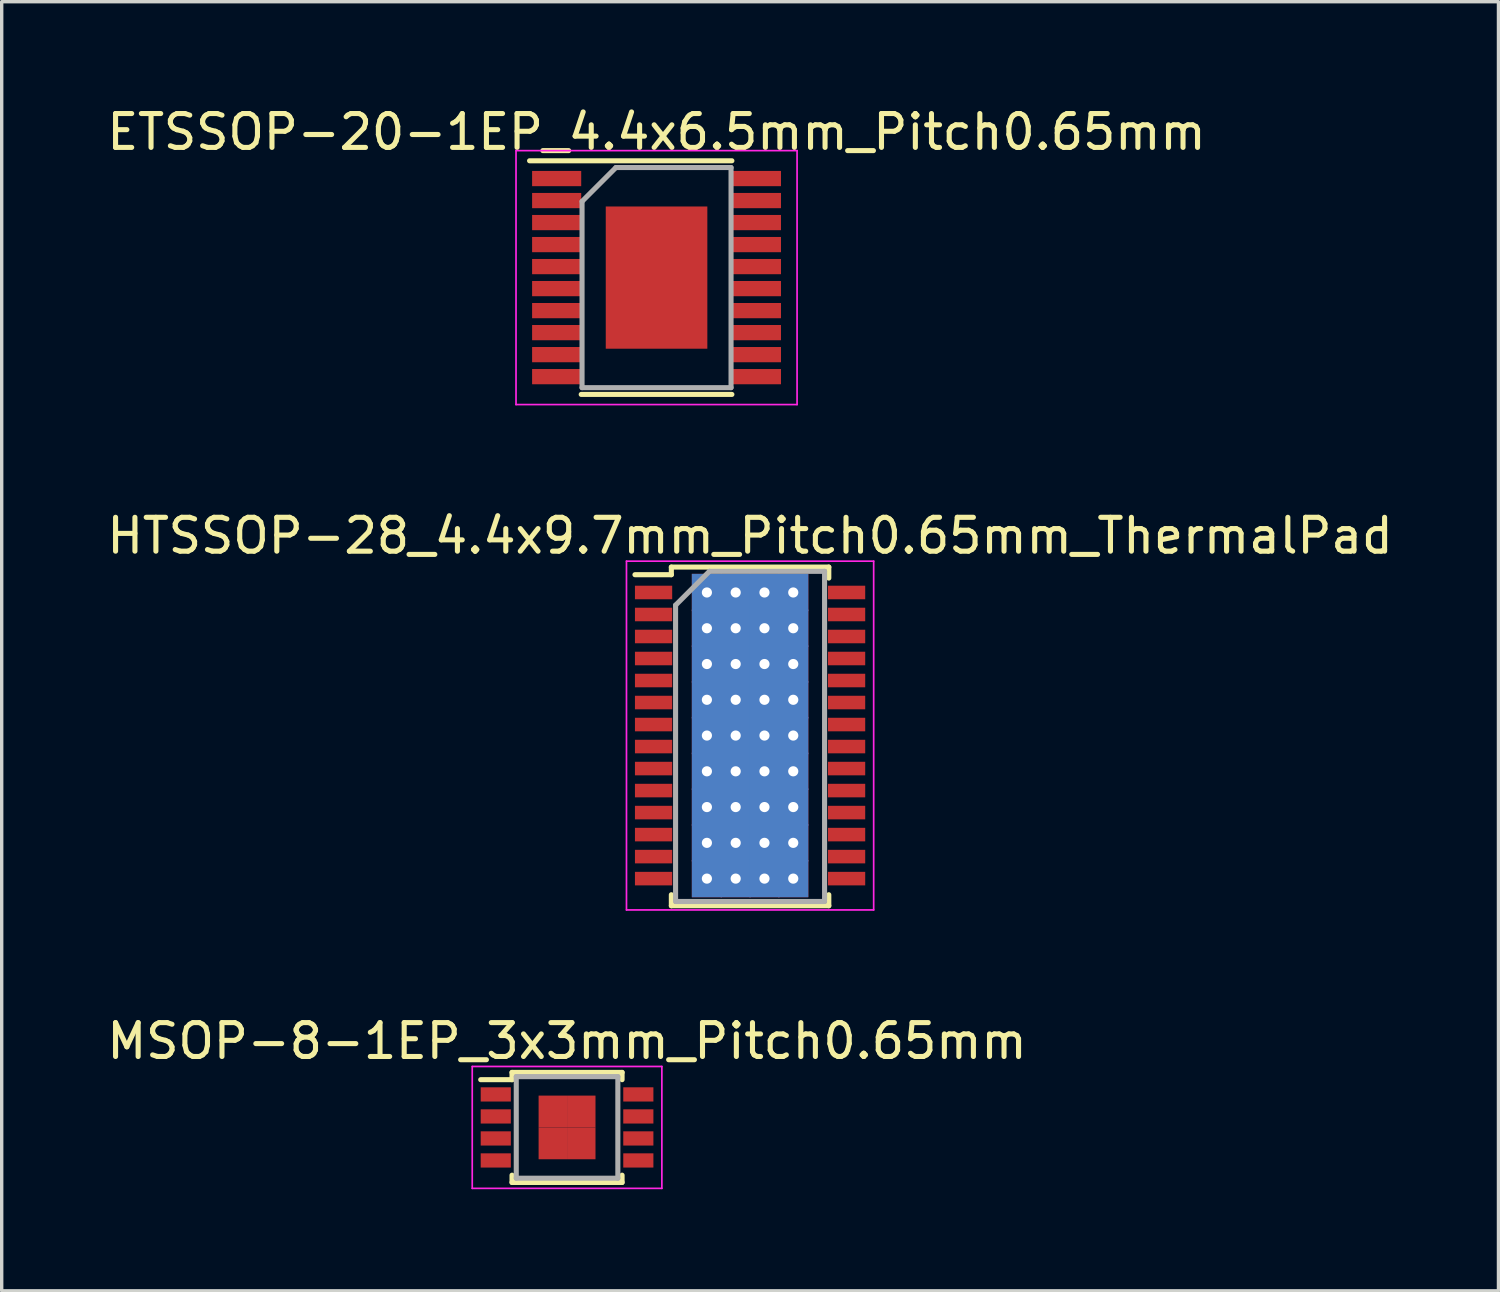
<source format=kicad_pcb>
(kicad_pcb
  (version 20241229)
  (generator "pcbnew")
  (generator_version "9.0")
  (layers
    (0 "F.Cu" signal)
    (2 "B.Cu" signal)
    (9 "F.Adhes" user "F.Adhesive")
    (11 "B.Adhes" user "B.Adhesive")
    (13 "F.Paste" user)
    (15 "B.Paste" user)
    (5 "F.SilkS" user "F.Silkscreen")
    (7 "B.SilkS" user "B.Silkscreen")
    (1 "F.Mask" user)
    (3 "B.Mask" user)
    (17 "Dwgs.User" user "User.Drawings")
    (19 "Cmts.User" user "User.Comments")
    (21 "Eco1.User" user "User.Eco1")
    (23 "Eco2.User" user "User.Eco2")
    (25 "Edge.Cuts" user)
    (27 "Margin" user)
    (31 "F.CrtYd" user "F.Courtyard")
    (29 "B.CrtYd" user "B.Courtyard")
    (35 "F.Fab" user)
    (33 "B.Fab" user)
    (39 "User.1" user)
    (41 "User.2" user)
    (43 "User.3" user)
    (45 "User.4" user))
  (footprint "MSOP-8-1EP_3x3mm_Pitch0.65mm"
    (layer "F.Cu")
    (at 13.696 30.245)
    (property "Reference" "MSOP-8-1EP_3x3mm_Pitch0.65mm" (at 0 -2.55 0) (layer "F.SilkS") (effects (font (size 1 1) (thickness 0.15))))
    (attr smd)
    (fp_line (start -1.625 -1.625) (end -1.625 -1.41) (stroke (width 0.15) (type solid)) (layer "F.SilkS"))
    (fp_line (start -1.625 -1.625) (end 1.625 -1.625) (stroke (width 0.15) (type solid)) (layer "F.SilkS"))
    (fp_line (start -1.625 -1.41) (end -2.55 -1.41) (stroke (width 0.15) (type solid)) (layer "F.SilkS"))
    (fp_line (start -1.625 1.625) (end -1.625 1.41) (stroke (width 0.15) (type solid)) (layer "F.SilkS"))
    (fp_line (start -1.625 1.625) (end 1.625 1.625) (stroke (width 0.15) (type solid)) (layer "F.SilkS"))
    (fp_line (start 1.625 -1.625) (end 1.625 -1.41) (stroke (width 0.15) (type solid)) (layer "F.SilkS"))
    (fp_line (start 1.625 1.625) (end 1.625 1.41) (stroke (width 0.15) (type solid)) (layer "F.SilkS"))
    (fp_line (start -2.8 -1.8) (end -2.8 1.8) (stroke (width 0.05) (type solid)) (layer "F.CrtYd"))
    (fp_line (start -2.8 -1.8) (end 2.8 -1.8) (stroke (width 0.05) (type solid)) (layer "F.CrtYd"))
    (fp_line (start -2.8 1.8) (end 2.8 1.8) (stroke (width 0.05) (type solid)) (layer "F.CrtYd"))
    (fp_line (start 2.8 -1.8) (end 2.8 1.8) (stroke (width 0.05) (type solid)) (layer "F.CrtYd"))
    (fp_line (start -1.5 -1.5) (end 1.5 -1.5) (stroke (width 0.15) (type solid)) (layer "F.Fab"))
    (fp_line (start -1.5 1.5) (end -1.5 -1.5) (stroke (width 0.15) (type solid)) (layer "F.Fab"))
    (fp_line (start 1.5 -1.5) (end 1.5 1.5) (stroke (width 0.15) (type solid)) (layer "F.Fab"))
    (fp_line (start 1.5 1.5) (end -1.5 1.5) (stroke (width 0.15) (type solid)) (layer "F.Fab"))
    (pad "1" smd rect (at -2.105 -0.975) (size 0.89 0.42) (layers "F.Cu" "F.Mask" "F.Paste"))
    (pad "2" smd rect (at -2.105 -0.325) (size 0.89 0.42) (layers "F.Cu" "F.Mask" "F.Paste"))
    (pad "3" smd rect (at -2.105 0.325) (size 0.89 0.42) (layers "F.Cu" "F.Mask" "F.Paste"))
    (pad "4" smd rect (at -2.105 0.975) (size 0.89 0.42) (layers "F.Cu" "F.Mask" "F.Paste"))
    (pad "5" smd rect (at 2.105 0.975) (size 0.89 0.42) (layers "F.Cu" "F.Mask" "F.Paste"))
    (pad "6" smd rect (at 2.105 0.325) (size 0.89 0.42) (layers "F.Cu" "F.Mask" "F.Paste"))
    (pad "7" smd rect (at 2.105 -0.325) (size 0.89 0.42) (layers "F.Cu" "F.Mask" "F.Paste"))
    (pad "8" smd rect (at 2.105 -0.975) (size 0.89 0.42) (layers "F.Cu" "F.Mask" "F.Paste"))
    (pad "9" smd rect (at -0.42 -0.47) (size 0.84 0.94) (layers "F.Cu" "F.Mask" "F.Paste"))
    (pad "9" smd rect (at -0.42 0.47) (size 0.84 0.94) (layers "F.Cu" "F.Mask" "F.Paste"))
    (pad "9" smd rect (at 0.42 -0.47) (size 0.84 0.94) (layers "F.Cu" "F.Mask" "F.Paste"))
    (pad "9" smd rect (at 0.42 0.47) (size 0.84 0.94) (layers "F.Cu" "F.Mask" "F.Paste")))
  (footprint "HTSSOP-28_4.4x9.7mm_Pitch0.65mm_ThermalPad"
    (layer "F.Cu")
    (at 19.101 18.672)
    (property "Reference" "HTSSOP-28_4.4x9.7mm_Pitch0.65mm_ThermalPad" (at 0 -5.9 0) (layer "F.SilkS") (effects (font (size 1 1) (thickness 0.15))))
    (attr smd)
    (fp_line (start -2.325 -4.975) (end -2.325 -4.75) (stroke (width 0.15) (type solid)) (layer "F.SilkS"))
    (fp_line (start -2.325 -4.975) (end 2.325 -4.975) (stroke (width 0.15) (type solid)) (layer "F.SilkS"))
    (fp_line (start -2.325 -4.75) (end -3.4 -4.75) (stroke (width 0.15) (type solid)) (layer "F.SilkS"))
    (fp_line (start -2.325 5.026) (end -2.325 4.701) (stroke (width 0.15) (type solid)) (layer "F.SilkS"))
    (fp_line (start -2.325 5.026) (end 2.325 5.026) (stroke (width 0.15) (type solid)) (layer "F.SilkS"))
    (fp_line (start 2.325 -4.975) (end 2.325 -4.65) (stroke (width 0.15) (type solid)) (layer "F.SilkS"))
    (fp_line (start 2.325 5.026) (end 2.325 4.701) (stroke (width 0.15) (type solid)) (layer "F.SilkS"))
    (fp_line (start -3.65 -5.15) (end -3.65 5.15) (stroke (width 0.05) (type solid)) (layer "F.CrtYd"))
    (fp_line (start -3.65 -5.15) (end 3.65 -5.15) (stroke (width 0.05) (type solid)) (layer "F.CrtYd"))
    (fp_line (start -3.65 5.15) (end 3.65 5.15) (stroke (width 0.05) (type solid)) (layer "F.CrtYd"))
    (fp_line (start 3.65 -5.15) (end 3.65 5.15) (stroke (width 0.05) (type solid)) (layer "F.CrtYd"))
    (fp_line (start -2.2 -3.85) (end -1.2 -4.85) (stroke (width 0.15) (type solid)) (layer "F.Fab"))
    (fp_line (start -2.2 4.85) (end -2.2 -3.85) (stroke (width 0.15) (type solid)) (layer "F.Fab"))
    (fp_line (start -1.2 -4.85) (end 2.2 -4.85) (stroke (width 0.15) (type solid)) (layer "F.Fab"))
    (fp_line (start 2.2 -4.85) (end 2.2 4.85) (stroke (width 0.15) (type solid)) (layer "F.Fab"))
    (fp_line (start 2.2 4.901) (end -2.2 4.901) (stroke (width 0.15) (type solid)) (layer "F.Fab"))
    (pad "1" smd rect (at -2.85 -4.225) (size 1.1 0.4) (layers "F.Cu" "F.Mask" "F.Paste"))
    (pad "2" smd rect (at -2.85 -3.575) (size 1.1 0.4) (layers "F.Cu" "F.Mask" "F.Paste"))
    (pad "3" smd rect (at -2.85 -2.925) (size 1.1 0.4) (layers "F.Cu" "F.Mask" "F.Paste"))
    (pad "4" smd rect (at -2.85 -2.275) (size 1.1 0.4) (layers "F.Cu" "F.Mask" "F.Paste"))
    (pad "5" smd rect (at -2.85 -1.625) (size 1.1 0.4) (layers "F.Cu" "F.Mask" "F.Paste"))
    (pad "6" smd rect (at -2.85 -0.975) (size 1.1 0.4) (layers "F.Cu" "F.Mask" "F.Paste"))
    (pad "7" smd rect (at -2.85 -0.325) (size 1.1 0.4) (layers "F.Cu" "F.Mask" "F.Paste"))
    (pad "8" smd rect (at -2.85 0.325) (size 1.1 0.4) (layers "F.Cu" "F.Mask" "F.Paste"))
    (pad "9" smd rect (at -2.85 0.975) (size 1.1 0.4) (layers "F.Cu" "F.Mask" "F.Paste"))
    (pad "10" smd rect (at -2.85 1.625) (size 1.1 0.4) (layers "F.Cu" "F.Mask" "F.Paste"))
    (pad "11" smd rect (at -2.85 2.275) (size 1.1 0.4) (layers "F.Cu" "F.Mask" "F.Paste"))
    (pad "12" smd rect (at -2.85 2.925) (size 1.1 0.4) (layers "F.Cu" "F.Mask" "F.Paste"))
    (pad "13" smd rect (at -2.85 3.575) (size 1.1 0.4) (layers "F.Cu" "F.Mask" "F.Paste"))
    (pad "14" smd rect (at -2.85 4.225) (size 1.1 0.4) (layers "F.Cu" "F.Mask" "F.Paste"))
    (pad "15" smd rect (at 2.85 4.225) (size 1.1 0.4) (layers "F.Cu" "F.Mask" "F.Paste"))
    (pad "16" smd rect (at 2.85 3.575) (size 1.1 0.4) (layers "F.Cu" "F.Mask" "F.Paste"))
    (pad "17" smd rect (at 2.85 2.925) (size 1.1 0.4) (layers "F.Cu" "F.Mask" "F.Paste"))
    (pad "18" smd rect (at 2.85 2.275) (size 1.1 0.4) (layers "F.Cu" "F.Mask" "F.Paste"))
    (pad "19" smd rect (at 2.85 1.625) (size 1.1 0.4) (layers "F.Cu" "F.Mask" "F.Paste"))
    (pad "20" smd rect (at 2.85 0.975) (size 1.1 0.4) (layers "F.Cu" "F.Mask" "F.Paste"))
    (pad "21" smd rect (at 2.85 0.325) (size 1.1 0.4) (layers "F.Cu" "F.Mask" "F.Paste"))
    (pad "22" smd rect (at 2.85 -0.325) (size 1.1 0.4) (layers "F.Cu" "F.Mask" "F.Paste"))
    (pad "23" smd rect (at 2.85 -0.975) (size 1.1 0.4) (layers "F.Cu" "F.Mask" "F.Paste"))
    (pad "24" smd rect (at 2.85 -1.625) (size 1.1 0.4) (layers "F.Cu" "F.Mask" "F.Paste"))
    (pad "25" smd rect (at 2.85 -2.275) (size 1.1 0.4) (layers "F.Cu" "F.Mask" "F.Paste"))
    (pad "26" smd rect (at 2.85 -2.925) (size 1.1 0.4) (layers "F.Cu" "F.Mask" "F.Paste"))
    (pad "27" smd rect (at 2.85 -3.575) (size 1.1 0.4) (layers "F.Cu" "F.Mask" "F.Paste"))
    (pad "28" smd rect (at 2.85 -4.225) (size 1.1 0.4) (layers "F.Cu" "F.Mask" "F.Paste"))
    (pad "29" thru_hole rect (at -1.275 -4.225) (size 0.89 1.1) (drill 0.3) (layers "*.Cu" "*.Mask"))
    (pad "29" thru_hole rect (at -1.275 -3.169) (size 0.89 1.1) (drill 0.3) (layers "*.Cu" "*.Mask"))
    (pad "29" thru_hole rect (at -1.275 -2.112) (size 0.89 1.1) (drill 0.3) (layers "*.Cu" "*.Mask"))
    (pad "29" thru_hole rect (at -1.275 -1.056) (size 0.89 1.1) (drill 0.3) (layers "*.Cu" "*.Mask"))
    (pad "29" thru_hole rect (at -1.275 0) (size 0.89 1.1) (drill 0.3) (layers "*.Cu" "*.Mask"))
    (pad "29" thru_hole rect (at -1.275 1.056) (size 0.89 1.1) (drill 0.3) (layers "*.Cu" "*.Mask"))
    (pad "29" thru_hole rect (at -1.275 2.112) (size 0.89 1.1) (drill 0.3) (layers "*.Cu" "*.Mask"))
    (pad "29" thru_hole rect (at -1.275 3.169) (size 0.89 1.1) (drill 0.3) (layers "*.Cu" "*.Mask"))
    (pad "29" thru_hole rect (at -1.275 4.225) (size 0.89 1.1) (drill 0.3) (layers "*.Cu" "*.Mask"))
    (pad "29" thru_hole rect (at -0.425 -4.225) (size 0.89 1.1) (drill 0.3) (layers "*.Cu" "*.Mask"))
    (pad "29" thru_hole rect (at -0.425 -3.169) (size 0.89 1.1) (drill 0.3) (layers "*.Cu" "*.Mask"))
    (pad "29" thru_hole rect (at -0.425 -2.112) (size 0.89 1.1) (drill 0.3) (layers "*.Cu" "*.Mask"))
    (pad "29" thru_hole rect (at -0.425 -1.056) (size 0.89 1.1) (drill 0.3) (layers "*.Cu" "*.Mask"))
    (pad "29" thru_hole rect (at -0.425 0) (size 0.89 1.1) (drill 0.3) (layers "*.Cu" "*.Mask"))
    (pad "29" thru_hole rect (at -0.425 1.056) (size 0.89 1.1) (drill 0.3) (layers "*.Cu" "*.Mask"))
    (pad "29" thru_hole rect (at -0.425 2.112) (size 0.89 1.1) (drill 0.3) (layers "*.Cu" "*.Mask"))
    (pad "29" thru_hole rect (at -0.425 3.169) (size 0.89 1.1) (drill 0.3) (layers "*.Cu" "*.Mask"))
    (pad "29" thru_hole rect (at -0.425 4.225) (size 0.89 1.1) (drill 0.3) (layers "*.Cu" "*.Mask"))
    (pad "29" thru_hole rect (at 0.425 -4.225) (size 0.89 1.1) (drill 0.3) (layers "*.Cu" "*.Mask"))
    (pad "29" thru_hole rect (at 0.425 -3.169) (size 0.89 1.1) (drill 0.3) (layers "*.Cu" "*.Mask"))
    (pad "29" thru_hole rect (at 0.425 -2.112) (size 0.89 1.1) (drill 0.3) (layers "*.Cu" "*.Mask"))
    (pad "29" thru_hole rect (at 0.425 -1.056) (size 0.89 1.1) (drill 0.3) (layers "*.Cu" "*.Mask"))
    (pad "29" thru_hole rect (at 0.425 0) (size 0.89 1.1) (drill 0.3) (layers "*.Cu" "*.Mask"))
    (pad "29" thru_hole rect (at 0.425 1.056) (size 0.89 1.1) (drill 0.3) (layers "*.Cu" "*.Mask"))
    (pad "29" thru_hole rect (at 0.425 2.112) (size 0.89 1.1) (drill 0.3) (layers "*.Cu" "*.Mask"))
    (pad "29" thru_hole rect (at 0.425 3.169) (size 0.89 1.1) (drill 0.3) (layers "*.Cu" "*.Mask"))
    (pad "29" thru_hole rect (at 0.425 4.225) (size 0.89 1.1) (drill 0.3) (layers "*.Cu" "*.Mask"))
    (pad "29" thru_hole rect (at 1.275 -4.225) (size 0.89 1.1) (drill 0.3) (layers "*.Cu" "*.Mask"))
    (pad "29" thru_hole rect (at 1.275 -3.169) (size 0.89 1.1) (drill 0.3) (layers "*.Cu" "*.Mask"))
    (pad "29" thru_hole rect (at 1.275 -2.112) (size 0.89 1.1) (drill 0.3) (layers "*.Cu" "*.Mask"))
    (pad "29" thru_hole rect (at 1.275 -1.056) (size 0.89 1.1) (drill 0.3) (layers "*.Cu" "*.Mask"))
    (pad "29" thru_hole rect (at 1.275 0) (size 0.89 1.1) (drill 0.3) (layers "*.Cu" "*.Mask"))
    (pad "29" thru_hole rect (at 1.275 1.056) (size 0.89 1.1) (drill 0.3) (layers "*.Cu" "*.Mask"))
    (pad "29" thru_hole rect (at 1.275 2.112) (size 0.89 1.1) (drill 0.3) (layers "*.Cu" "*.Mask"))
    (pad "29" thru_hole rect (at 1.275 3.169) (size 0.89 1.1) (drill 0.3) (layers "*.Cu" "*.Mask"))
    (pad "29" thru_hole rect (at 1.275 4.225) (size 0.89 1.1) (drill 0.3) (layers "*.Cu" "*.Mask")))
  (footprint "ETSSOP-20-1EP_4.4x6.5mm_Pitch0.65mm"
    (layer "F.Cu")
    (at 16.339 5.148)
    (property "Reference" "ETSSOP-20-1EP_4.4x6.5mm_Pitch0.65mm" (at 0 -4.3 0) (layer "F.SilkS") (effects (font (size 1 1) (thickness 0.15))))
    (attr smd)
    (fp_line (start -3.75 -3.45) (end 2.225 -3.45) (stroke (width 0.15) (type solid)) (layer "F.SilkS"))
    (fp_line (start -2.225 3.45) (end 2.225 3.45) (stroke (width 0.15) (type solid)) (layer "F.SilkS"))
    (fp_line (start -4.15 -3.75) (end -4.15 3.75) (stroke (width 0.05) (type solid)) (layer "F.CrtYd"))
    (fp_line (start -4.15 -3.75) (end 4.15 -3.75) (stroke (width 0.05) (type solid)) (layer "F.CrtYd"))
    (fp_line (start -4.15 3.75) (end 4.15 3.75) (stroke (width 0.05) (type solid)) (layer "F.CrtYd"))
    (fp_line (start 4.15 -3.75) (end 4.15 3.75) (stroke (width 0.05) (type solid)) (layer "F.CrtYd"))
    (fp_line (start -2.2 -2.25) (end -1.2 -3.25) (stroke (width 0.15) (type solid)) (layer "F.Fab"))
    (fp_line (start -2.2 3.25) (end -2.2 -2.25) (stroke (width 0.15) (type solid)) (layer "F.Fab"))
    (fp_line (start -1.2 -3.25) (end 2.2 -3.25) (stroke (width 0.15) (type solid)) (layer "F.Fab"))
    (fp_line (start 2.2 -3.25) (end 2.2 3.25) (stroke (width 0.15) (type solid)) (layer "F.Fab"))
    (fp_line (start 2.2 3.25) (end -2.2 3.25) (stroke (width 0.15) (type solid)) (layer "F.Fab"))
    (pad "1" smd rect (at -2.95 -2.925) (size 1.45 0.45) (layers "F.Cu" "F.Mask" "F.Paste"))
    (pad "2" smd rect (at -2.95 -2.275) (size 1.45 0.45) (layers "F.Cu" "F.Mask" "F.Paste"))
    (pad "3" smd rect (at -2.95 -1.625) (size 1.45 0.45) (layers "F.Cu" "F.Mask" "F.Paste"))
    (pad "4" smd rect (at -2.95 -0.975) (size 1.45 0.45) (layers "F.Cu" "F.Mask" "F.Paste"))
    (pad "5" smd rect (at -2.95 -0.325) (size 1.45 0.45) (layers "F.Cu" "F.Mask" "F.Paste"))
    (pad "6" smd rect (at -2.95 0.325) (size 1.45 0.45) (layers "F.Cu" "F.Mask" "F.Paste"))
    (pad "7" smd rect (at -2.95 0.975) (size 1.45 0.45) (layers "F.Cu" "F.Mask" "F.Paste"))
    (pad "8" smd rect (at -2.95 1.625) (size 1.45 0.45) (layers "F.Cu" "F.Mask" "F.Paste"))
    (pad "9" smd rect (at -2.95 2.275) (size 1.45 0.45) (layers "F.Cu" "F.Mask" "F.Paste"))
    (pad "10" smd rect (at -2.95 2.925) (size 1.45 0.45) (layers "F.Cu" "F.Mask" "F.Paste"))
    (pad "11" smd rect (at 2.95 2.925) (size 1.45 0.45) (layers "F.Cu" "F.Mask" "F.Paste"))
    (pad "12" smd rect (at 2.95 2.275) (size 1.45 0.45) (layers "F.Cu" "F.Mask" "F.Paste"))
    (pad "13" smd rect (at 2.95 1.625) (size 1.45 0.45) (layers "F.Cu" "F.Mask" "F.Paste"))
    (pad "14" smd rect (at 2.95 0.975) (size 1.45 0.45) (layers "F.Cu" "F.Mask" "F.Paste"))
    (pad "15" smd rect (at 2.95 0.325) (size 1.45 0.45) (layers "F.Cu" "F.Mask" "F.Paste"))
    (pad "16" smd rect (at 2.95 -0.325) (size 1.45 0.45) (layers "F.Cu" "F.Mask" "F.Paste"))
    (pad "17" smd rect (at 2.95 -0.975) (size 1.45 0.45) (layers "F.Cu" "F.Mask" "F.Paste"))
    (pad "18" smd rect (at 2.95 -1.625) (size 1.45 0.45) (layers "F.Cu" "F.Mask" "F.Paste"))
    (pad "19" smd rect (at 2.95 -2.275) (size 1.45 0.45) (layers "F.Cu" "F.Mask" "F.Paste"))
    (pad "20" smd rect (at 2.95 -2.925) (size 1.45 0.45) (layers "F.Cu" "F.Mask" "F.Paste"))
    (pad "21" smd rect (at 0 0) (size 3 4.2) (layers "F.Cu" "F.Mask" "F.Paste")))
  (gr_rect
    (start -3 -3)
    (end 41.202 35.07)
    (stroke (width 0.1) (type default))
    (fill no)
    (layer "Edge.Cuts")))
</source>
